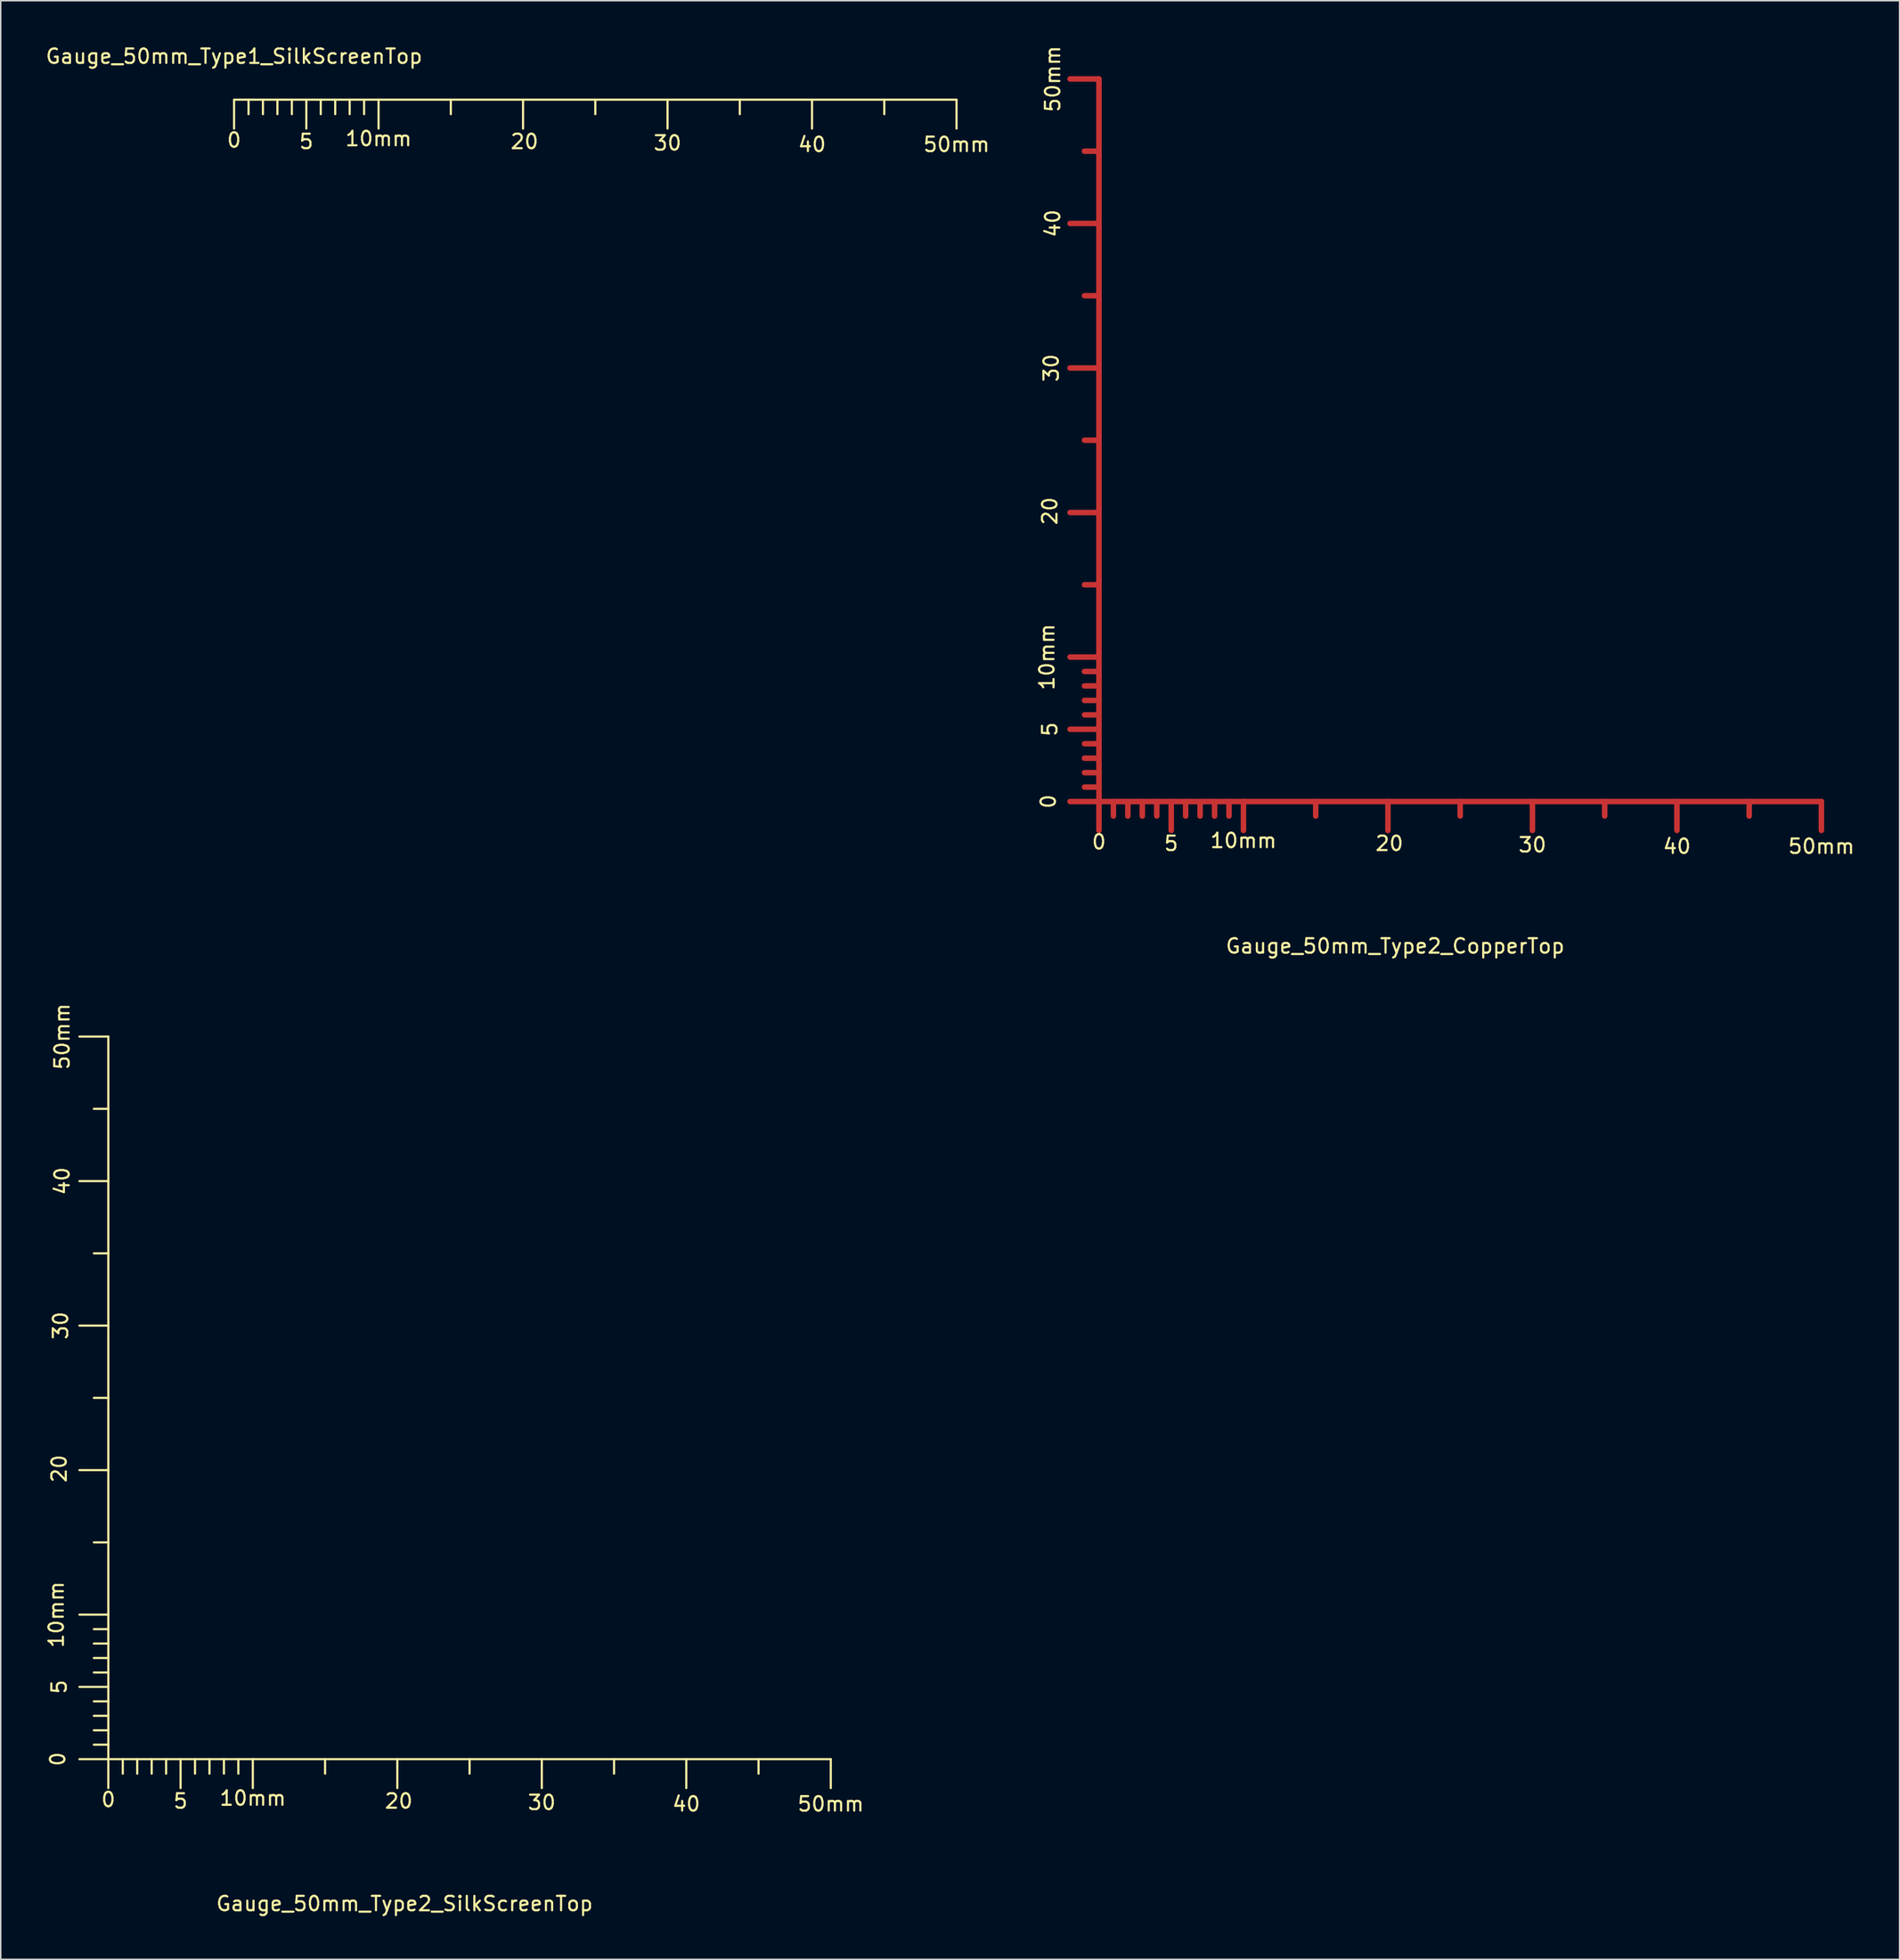
<source format=kicad_pcb>
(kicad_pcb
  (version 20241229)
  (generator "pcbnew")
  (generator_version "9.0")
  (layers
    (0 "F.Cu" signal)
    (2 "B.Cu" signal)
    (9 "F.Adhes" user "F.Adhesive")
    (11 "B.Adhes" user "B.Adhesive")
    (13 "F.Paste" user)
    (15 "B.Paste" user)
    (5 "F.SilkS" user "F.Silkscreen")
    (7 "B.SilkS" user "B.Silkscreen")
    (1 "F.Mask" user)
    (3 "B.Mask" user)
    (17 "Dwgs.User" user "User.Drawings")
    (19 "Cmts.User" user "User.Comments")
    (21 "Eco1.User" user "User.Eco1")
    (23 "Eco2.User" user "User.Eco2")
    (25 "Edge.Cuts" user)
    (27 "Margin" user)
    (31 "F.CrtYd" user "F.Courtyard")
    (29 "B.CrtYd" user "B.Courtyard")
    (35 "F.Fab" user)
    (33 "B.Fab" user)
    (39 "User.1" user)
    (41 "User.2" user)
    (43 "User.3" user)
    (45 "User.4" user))
  (footprint "Gauge_50mm_Type1_SilkScreenTop"
    (layer "F.Cu")
    (at 13.149 3.848)
    (property "Reference" "Gauge_50mm_Type1_SilkScreenTop" (at 0 -3 0) (layer "F.SilkS") (effects (font (size 1 1) (thickness 0.15))))
    (attr through_hole)
    (fp_line (start 0 0) (end 0 1.999) (stroke (width 0.15) (type solid)) (layer "F.SilkS"))
    (fp_line (start 0 0) (end 10 0) (stroke (width 0.15) (type solid)) (layer "F.SilkS"))
    (fp_line (start 1.001 0) (end 1.001 1.001) (stroke (width 0.15) (type solid)) (layer "F.SilkS"))
    (fp_line (start 1.999 0) (end 1.999 1.001) (stroke (width 0.15) (type solid)) (layer "F.SilkS"))
    (fp_line (start 3 0) (end 3 1.001) (stroke (width 0.15) (type solid)) (layer "F.SilkS"))
    (fp_line (start 4 0) (end 4 1.001) (stroke (width 0.15) (type solid)) (layer "F.SilkS"))
    (fp_line (start 5.001 0) (end 5.001 1.999) (stroke (width 0.15) (type solid)) (layer "F.SilkS"))
    (fp_line (start 5.999 0) (end 5.999 1.001) (stroke (width 0.15) (type solid)) (layer "F.SilkS"))
    (fp_line (start 7 0) (end 7 1.001) (stroke (width 0.15) (type solid)) (layer "F.SilkS"))
    (fp_line (start 8.001 0) (end 8.001 1.001) (stroke (width 0.15) (type solid)) (layer "F.SilkS"))
    (fp_line (start 8.999 0) (end 8.999 1.001) (stroke (width 0.15) (type solid)) (layer "F.SilkS"))
    (fp_line (start 10 0) (end 10 1.999) (stroke (width 0.15) (type solid)) (layer "F.SilkS"))
    (fp_line (start 10 0) (end 50 0) (stroke (width 0.15) (type solid)) (layer "F.SilkS"))
    (fp_line (start 15.001 0) (end 15.001 1.001) (stroke (width 0.15) (type solid)) (layer "F.SilkS"))
    (fp_line (start 20 0) (end 20 1.999) (stroke (width 0.15) (type solid)) (layer "F.SilkS"))
    (fp_line (start 25.001 0) (end 25.001 1.001) (stroke (width 0.15) (type solid)) (layer "F.SilkS"))
    (fp_line (start 30 0) (end 30 1.999) (stroke (width 0.15) (type solid)) (layer "F.SilkS"))
    (fp_line (start 35.001 0) (end 35.001 1.001) (stroke (width 0.15) (type solid)) (layer "F.SilkS"))
    (fp_line (start 40 0) (end 40 1.999) (stroke (width 0.15) (type solid)) (layer "F.SilkS"))
    (fp_line (start 45.001 0) (end 45.001 1.001) (stroke (width 0.15) (type solid)) (layer "F.SilkS"))
    (fp_line (start 50 0) (end 50 1.999) (stroke (width 0.15) (type solid)) (layer "F.SilkS"))
    (fp_text user "30" (at 30 3 0) (layer "F.SilkS") (effects (font (size 1 1) (thickness 0.15))))
    (fp_text user "50mm" (at 50 3.101 0) (layer "F.SilkS") (effects (font (size 1 1) (thickness 0.15))))
    (fp_text user "10mm" (at 10 2.7 0) (layer "F.SilkS") (effects (font (size 1 1) (thickness 0.15))))
    (fp_text user "40" (at 40 3.101 0) (layer "F.SilkS") (effects (font (size 1 1) (thickness 0.15))))
    (fp_text user "5" (at 4.999 2.901 0) (layer "F.SilkS") (effects (font (size 1 1) (thickness 0.15))))
    (fp_text user "0" (at 0 2.799 0) (layer "F.SilkS") (effects (font (size 1 1) (thickness 0.15))))
    (fp_text user "20" (at 20.099 2.901 0) (layer "F.SilkS") (effects (font (size 1 1) (thickness 0.15)))))
  (footprint "Gauge_50mm_Type2_SilkScreenTop"
    (layer "F.Cu")
    (at 4.447 118.675)
    (property "Reference" "Gauge_50mm_Type2_SilkScreenTop" (at 20.5 10 0) (layer "F.SilkS") (effects (font (size 1 1) (thickness 0.15))))
    (attr through_hole)
    (fp_line (start 0 -50) (end -1.999 -50) (stroke (width 0.15) (type solid)) (layer "F.SilkS"))
    (fp_line (start 0 -45.001) (end -1.001 -45.001) (stroke (width 0.15) (type solid)) (layer "F.SilkS"))
    (fp_line (start 0 -40) (end -1.999 -40) (stroke (width 0.15) (type solid)) (layer "F.SilkS"))
    (fp_line (start 0 -35.001) (end -1.001 -35.001) (stroke (width 0.15) (type solid)) (layer "F.SilkS"))
    (fp_line (start 0 -30) (end -1.999 -30) (stroke (width 0.15) (type solid)) (layer "F.SilkS"))
    (fp_line (start 0 -25.001) (end -1.001 -25.001) (stroke (width 0.15) (type solid)) (layer "F.SilkS"))
    (fp_line (start 0 -20) (end -1.999 -20) (stroke (width 0.15) (type solid)) (layer "F.SilkS"))
    (fp_line (start 0 -15.001) (end -1.001 -15.001) (stroke (width 0.15) (type solid)) (layer "F.SilkS"))
    (fp_line (start 0 -10) (end -1.999 -10) (stroke (width 0.15) (type solid)) (layer "F.SilkS"))
    (fp_line (start 0 -8.999) (end -1.001 -8.999) (stroke (width 0.15) (type solid)) (layer "F.SilkS"))
    (fp_line (start 0 -8.001) (end -1.001 -8.001) (stroke (width 0.15) (type solid)) (layer "F.SilkS"))
    (fp_line (start 0 -7) (end -1.001 -7) (stroke (width 0.15) (type solid)) (layer "F.SilkS"))
    (fp_line (start 0 -5.999) (end -1.001 -5.999) (stroke (width 0.15) (type solid)) (layer "F.SilkS"))
    (fp_line (start 0 -5.001) (end -1.999 -5.001) (stroke (width 0.15) (type solid)) (layer "F.SilkS"))
    (fp_line (start 0 -4) (end -1.001 -4) (stroke (width 0.15) (type solid)) (layer "F.SilkS"))
    (fp_line (start 0 -3) (end -1.001 -3) (stroke (width 0.15) (type solid)) (layer "F.SilkS"))
    (fp_line (start 0 -1.999) (end -1.001 -1.999) (stroke (width 0.15) (type solid)) (layer "F.SilkS"))
    (fp_line (start 0 -1.001) (end -1.001 -1.001) (stroke (width 0.15) (type solid)) (layer "F.SilkS"))
    (fp_line (start 0 0) (end -1.999 0) (stroke (width 0.15) (type solid)) (layer "F.SilkS"))
    (fp_line (start 0 0) (end 0 -50) (stroke (width 0.15) (type solid)) (layer "F.SilkS"))
    (fp_line (start 0 0) (end 0 1.999) (stroke (width 0.15) (type solid)) (layer "F.SilkS"))
    (fp_line (start 0 0) (end 10 0) (stroke (width 0.15) (type solid)) (layer "F.SilkS"))
    (fp_line (start 1.001 0) (end 1.001 1.001) (stroke (width 0.15) (type solid)) (layer "F.SilkS"))
    (fp_line (start 1.999 0) (end 1.999 1.001) (stroke (width 0.15) (type solid)) (layer "F.SilkS"))
    (fp_line (start 3 0) (end 3 1.001) (stroke (width 0.15) (type solid)) (layer "F.SilkS"))
    (fp_line (start 4 0) (end 4 1.001) (stroke (width 0.15) (type solid)) (layer "F.SilkS"))
    (fp_line (start 5.001 0) (end 5.001 1.999) (stroke (width 0.15) (type solid)) (layer "F.SilkS"))
    (fp_line (start 5.999 0) (end 5.999 1.001) (stroke (width 0.15) (type solid)) (layer "F.SilkS"))
    (fp_line (start 7 0) (end 7 1.001) (stroke (width 0.15) (type solid)) (layer "F.SilkS"))
    (fp_line (start 8.001 0) (end 8.001 1.001) (stroke (width 0.15) (type solid)) (layer "F.SilkS"))
    (fp_line (start 8.999 0) (end 8.999 1.001) (stroke (width 0.15) (type solid)) (layer "F.SilkS"))
    (fp_line (start 10 0) (end 10 1.999) (stroke (width 0.15) (type solid)) (layer "F.SilkS"))
    (fp_line (start 10 0) (end 50 0) (stroke (width 0.15) (type solid)) (layer "F.SilkS"))
    (fp_line (start 15.001 0) (end 15.001 1.001) (stroke (width 0.15) (type solid)) (layer "F.SilkS"))
    (fp_line (start 20 0) (end 20 1.999) (stroke (width 0.15) (type solid)) (layer "F.SilkS"))
    (fp_line (start 25.001 0) (end 25.001 1.001) (stroke (width 0.15) (type solid)) (layer "F.SilkS"))
    (fp_line (start 30 0) (end 30 1.999) (stroke (width 0.15) (type solid)) (layer "F.SilkS"))
    (fp_line (start 35.001 0) (end 35.001 1.001) (stroke (width 0.15) (type solid)) (layer "F.SilkS"))
    (fp_line (start 40 0) (end 40 1.999) (stroke (width 0.15) (type solid)) (layer "F.SilkS"))
    (fp_line (start 45.001 0) (end 45.001 1.001) (stroke (width 0.15) (type solid)) (layer "F.SilkS"))
    (fp_line (start 50 0) (end 50 1.999) (stroke (width 0.15) (type solid)) (layer "F.SilkS"))
    (fp_text user "20" (at -3.399 -20.102 90) (layer "F.SilkS") (effects (font (size 1 1) (thickness 0.15))))
    (fp_text user "10mm" (at 10 2.7 0) (layer "F.SilkS") (effects (font (size 1 1) (thickness 0.15))))
    (fp_text user "20" (at 20.099 2.901 0) (layer "F.SilkS") (effects (font (size 1 1) (thickness 0.15))))
    (fp_text user "30" (at -3.299 -30.002 90) (layer "F.SilkS") (effects (font (size 1 1) (thickness 0.15))))
    (fp_text user "0" (at -3.5 -0.003 90) (layer "F.SilkS") (effects (font (size 1 1) (thickness 0.15))))
    (fp_text user "50mm" (at 50 3.101 0) (layer "F.SilkS") (effects (font (size 1 1) (thickness 0.15))))
    (fp_text user "40" (at -3.198 -40.002 90) (layer "F.SilkS") (effects (font (size 1 1) (thickness 0.15))))
    (fp_text user "10mm" (at -3.599 -10.003 90) (layer "F.SilkS") (effects (font (size 1 1) (thickness 0.15))))
    (fp_text user "5" (at 4.999 2.901 0) (layer "F.SilkS") (effects (font (size 1 1) (thickness 0.15))))
    (fp_text user "5" (at -3.399 -5.001 90) (layer "F.SilkS") (effects (font (size 1 1) (thickness 0.15))))
    (fp_text user "0" (at 0 2.799 0) (layer "F.SilkS") (effects (font (size 1 1) (thickness 0.15))))
    (fp_text user "50mm" (at -3.198 -50.002 90) (layer "F.SilkS") (effects (font (size 1 1) (thickness 0.15))))
    (fp_text user "40" (at 40 3.101 0) (layer "F.SilkS") (effects (font (size 1 1) (thickness 0.15))))
    (fp_text user "30" (at 30 3 0) (layer "F.SilkS") (effects (font (size 1 1) (thickness 0.15)))))
  (footprint "Gauge_50mm_Type2_CopperTop"
    (layer "F.Cu")
    (at 73.007 52.413)
    (property "Reference" "Gauge_50mm_Type2_CopperTop" (at 20.5 10 0) (layer "F.SilkS") (effects (font (size 1 1) (thickness 0.15))))
    (attr through_hole)
    (fp_line (start 0 -50) (end -1.999 -50) (stroke (width 0.381) (type solid)) (layer "F.Cu"))
    (fp_line (start 0 -45.001) (end -1.001 -45.001) (stroke (width 0.381) (type solid)) (layer "F.Cu"))
    (fp_line (start 0 -40) (end -1.999 -40) (stroke (width 0.381) (type solid)) (layer "F.Cu"))
    (fp_line (start 0 -35.001) (end -1.001 -35.001) (stroke (width 0.381) (type solid)) (layer "F.Cu"))
    (fp_line (start 0 -30) (end -1.999 -30) (stroke (width 0.381) (type solid)) (layer "F.Cu"))
    (fp_line (start 0 -25.001) (end -1.001 -25.001) (stroke (width 0.381) (type solid)) (layer "F.Cu"))
    (fp_line (start 0 -20) (end -1.999 -20) (stroke (width 0.381) (type solid)) (layer "F.Cu"))
    (fp_line (start 0 -15.001) (end -1.001 -15.001) (stroke (width 0.381) (type solid)) (layer "F.Cu"))
    (fp_line (start 0 -10) (end -1.999 -10) (stroke (width 0.381) (type solid)) (layer "F.Cu"))
    (fp_line (start 0 -8.999) (end -1.001 -8.999) (stroke (width 0.381) (type solid)) (layer "F.Cu"))
    (fp_line (start 0 -8.001) (end -1.001 -8.001) (stroke (width 0.381) (type solid)) (layer "F.Cu"))
    (fp_line (start 0 -7) (end -1.001 -7) (stroke (width 0.381) (type solid)) (layer "F.Cu"))
    (fp_line (start 0 -5.999) (end -1.001 -5.999) (stroke (width 0.381) (type solid)) (layer "F.Cu"))
    (fp_line (start 0 -5.001) (end -1.999 -5.001) (stroke (width 0.381) (type solid)) (layer "F.Cu"))
    (fp_line (start 0 -4) (end -1.001 -4) (stroke (width 0.381) (type solid)) (layer "F.Cu"))
    (fp_line (start 0 -3) (end -1.001 -3) (stroke (width 0.381) (type solid)) (layer "F.Cu"))
    (fp_line (start 0 -1.999) (end -1.001 -1.999) (stroke (width 0.381) (type solid)) (layer "F.Cu"))
    (fp_line (start 0 -1.001) (end -1.001 -1.001) (stroke (width 0.381) (type solid)) (layer "F.Cu"))
    (fp_line (start 0 0) (end -1.999 0) (stroke (width 0.381) (type solid)) (layer "F.Cu"))
    (fp_line (start 0 0) (end 0 -50) (stroke (width 0.381) (type solid)) (layer "F.Cu"))
    (fp_line (start 0 0) (end 0 1.999) (stroke (width 0.381) (type solid)) (layer "F.Cu"))
    (fp_line (start 0 0) (end 10 0) (stroke (width 0.381) (type solid)) (layer "F.Cu"))
    (fp_line (start 1.001 0) (end 1.001 1.001) (stroke (width 0.381) (type solid)) (layer "F.Cu"))
    (fp_line (start 1.999 0) (end 1.999 1.001) (stroke (width 0.381) (type solid)) (layer "F.Cu"))
    (fp_line (start 3 0) (end 3 1.001) (stroke (width 0.381) (type solid)) (layer "F.Cu"))
    (fp_line (start 4 0) (end 4 1.001) (stroke (width 0.381) (type solid)) (layer "F.Cu"))
    (fp_line (start 5.001 0) (end 5.001 1.999) (stroke (width 0.381) (type solid)) (layer "F.Cu"))
    (fp_line (start 5.999 0) (end 5.999 1.001) (stroke (width 0.381) (type solid)) (layer "F.Cu"))
    (fp_line (start 7 0) (end 7 1.001) (stroke (width 0.381) (type solid)) (layer "F.Cu"))
    (fp_line (start 8.001 0) (end 8.001 1.001) (stroke (width 0.381) (type solid)) (layer "F.Cu"))
    (fp_line (start 8.999 0) (end 8.999 1.001) (stroke (width 0.381) (type solid)) (layer "F.Cu"))
    (fp_line (start 10 0) (end 10 1.999) (stroke (width 0.381) (type solid)) (layer "F.Cu"))
    (fp_line (start 10 0) (end 50 0) (stroke (width 0.381) (type solid)) (layer "F.Cu"))
    (fp_line (start 15.001 0) (end 15.001 1.001) (stroke (width 0.381) (type solid)) (layer "F.Cu"))
    (fp_line (start 20 0) (end 20 1.999) (stroke (width 0.381) (type solid)) (layer "F.Cu"))
    (fp_line (start 25.001 0) (end 25.001 1.001) (stroke (width 0.381) (type solid)) (layer "F.Cu"))
    (fp_line (start 30 0) (end 30 1.999) (stroke (width 0.381) (type solid)) (layer "F.Cu"))
    (fp_line (start 35.001 0) (end 35.001 1.001) (stroke (width 0.381) (type solid)) (layer "F.Cu"))
    (fp_line (start 40 0) (end 40 1.999) (stroke (width 0.381) (type solid)) (layer "F.Cu"))
    (fp_line (start 45.001 0) (end 45.001 1.001) (stroke (width 0.381) (type solid)) (layer "F.Cu"))
    (fp_line (start 50 0) (end 50 1.999) (stroke (width 0.381) (type solid)) (layer "F.Cu"))
    (fp_text user "10mm" (at 10 2.7 0) (layer "F.SilkS") (effects (font (size 1 1) (thickness 0.15))))
    (fp_text user "30" (at -3.299 -30.002 90) (layer "F.SilkS") (effects (font (size 1 1) (thickness 0.15))))
    (fp_text user "50mm" (at -3.198 -50.002 90) (layer "F.SilkS") (effects (font (size 1 1) (thickness 0.15))))
    (fp_text user "40" (at 40 3.101 0) (layer "F.SilkS") (effects (font (size 1 1) (thickness 0.15))))
    (fp_text user "5" (at 4.999 2.901 0) (layer "F.SilkS") (effects (font (size 1 1) (thickness 0.15))))
    (fp_text user "40" (at -3.198 -40.002 90) (layer "F.SilkS") (effects (font (size 1 1) (thickness 0.15))))
    (fp_text user "5" (at -3.399 -5.001 90) (layer "F.SilkS") (effects (font (size 1 1) (thickness 0.15))))
    (fp_text user "20" (at 20.099 2.901 0) (layer "F.SilkS") (effects (font (size 1 1) (thickness 0.15))))
    (fp_text user "30" (at 30 3 0) (layer "F.SilkS") (effects (font (size 1 1) (thickness 0.15))))
    (fp_text user "0" (at -3.5 -0.003 90) (layer "F.SilkS") (effects (font (size 1 1) (thickness 0.15))))
    (fp_text user "20" (at -3.399 -20.102 90) (layer "F.SilkS") (effects (font (size 1 1) (thickness 0.15))))
    (fp_text user "0" (at 0 2.799 0) (layer "F.SilkS") (effects (font (size 1 1) (thickness 0.15))))
    (fp_text user "50mm" (at 50 3.101 0) (layer "F.SilkS") (effects (font (size 1 1) (thickness 0.15))))
    (fp_text user "10mm" (at -3.599 -10.003 90) (layer "F.SilkS") (effects (font (size 1 1) (thickness 0.15)))))
  (gr_rect
    (start -3 -3)
    (end 128.417 132.523)
    (stroke (width 0.1) (type default))
    (fill no)
    (layer "Edge.Cuts")))
</source>
